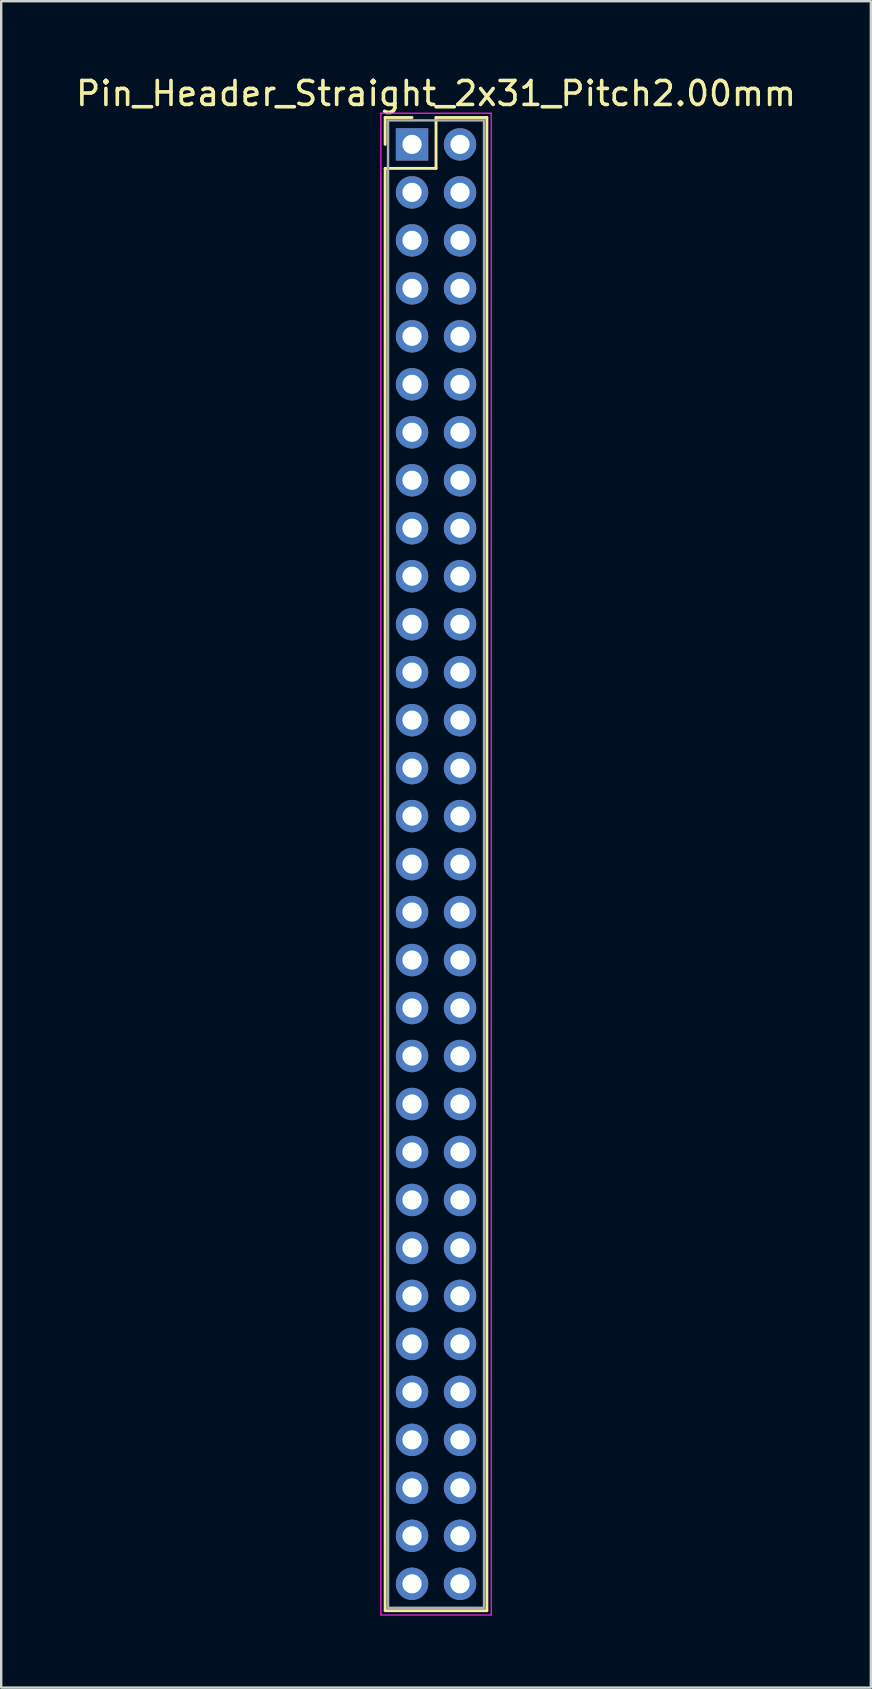
<source format=kicad_pcb>
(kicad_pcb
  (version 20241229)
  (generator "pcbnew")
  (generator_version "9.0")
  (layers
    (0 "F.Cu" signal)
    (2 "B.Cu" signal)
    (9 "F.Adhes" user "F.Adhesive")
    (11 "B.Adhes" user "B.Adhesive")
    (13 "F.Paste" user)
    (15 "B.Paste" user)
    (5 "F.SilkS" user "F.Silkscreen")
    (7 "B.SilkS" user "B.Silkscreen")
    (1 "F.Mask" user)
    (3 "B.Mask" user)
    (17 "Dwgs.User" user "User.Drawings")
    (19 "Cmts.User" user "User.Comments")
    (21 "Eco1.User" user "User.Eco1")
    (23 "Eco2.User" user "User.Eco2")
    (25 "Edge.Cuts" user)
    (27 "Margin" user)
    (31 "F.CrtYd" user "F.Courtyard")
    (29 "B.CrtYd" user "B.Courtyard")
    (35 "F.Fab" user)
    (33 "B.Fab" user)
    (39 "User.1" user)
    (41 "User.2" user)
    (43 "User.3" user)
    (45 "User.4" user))
  (footprint "Pin_Header_Straight_2x31_Pitch2.00mm"
    (layer "F.Cu")
    (at 14.125 2.968)
    (property "Reference" "Pin_Header_Straight_2x31_Pitch2.00mm" (at 1 -2.12 0) (layer "F.SilkS") (effects (font (size 1 1) (thickness 0.15))))
    (attr through_hole)
    (fp_line (start -1.12 -1.12) (end 0 -1.12) (stroke (width 0.12) (type solid)) (layer "F.SilkS"))
    (fp_line (start -1.12 0) (end -1.12 -1.12) (stroke (width 0.12) (type solid)) (layer "F.SilkS"))
    (fp_line (start -1.12 1) (end -1.12 61.12) (stroke (width 0.12) (type solid)) (layer "F.SilkS"))
    (fp_line (start -1.12 61.12) (end 3.12 61.12) (stroke (width 0.12) (type solid)) (layer "F.SilkS"))
    (fp_line (start 1 -1.12) (end 1 1) (stroke (width 0.12) (type solid)) (layer "F.SilkS"))
    (fp_line (start 1 1) (end -1.12 1) (stroke (width 0.12) (type solid)) (layer "F.SilkS"))
    (fp_line (start 3.12 -1.12) (end 1 -1.12) (stroke (width 0.12) (type solid)) (layer "F.SilkS"))
    (fp_line (start 3.12 61.12) (end 3.12 -1.12) (stroke (width 0.12) (type solid)) (layer "F.SilkS"))
    (fp_line (start -1.3 -1.3) (end -1.3 61.3) (stroke (width 0.05) (type solid)) (layer "F.CrtYd"))
    (fp_line (start -1.3 61.3) (end 3.3 61.3) (stroke (width 0.05) (type solid)) (layer "F.CrtYd"))
    (fp_line (start 3.3 -1.3) (end -1.3 -1.3) (stroke (width 0.05) (type solid)) (layer "F.CrtYd"))
    (fp_line (start 3.3 61.3) (end 3.3 -1.3) (stroke (width 0.05) (type solid)) (layer "F.CrtYd"))
    (fp_line (start -1 -1) (end -1 61) (stroke (width 0.1) (type solid)) (layer "F.Fab"))
    (fp_line (start -1 61) (end 3 61) (stroke (width 0.1) (type solid)) (layer "F.Fab"))
    (fp_line (start 3 -1) (end -1 -1) (stroke (width 0.1) (type solid)) (layer "F.Fab"))
    (fp_line (start 3 61) (end 3 -1) (stroke (width 0.1) (type solid)) (layer "F.Fab"))
    (pad "1" thru_hole rect (at 0 0) (size 1.35 1.35) (drill 0.8) (layers "*.Cu" "*.Mask"))
    (pad "2" thru_hole oval (at 2 0) (size 1.35 1.35) (drill 0.8) (layers "*.Cu" "*.Mask"))
    (pad "3" thru_hole oval (at 0 2) (size 1.35 1.35) (drill 0.8) (layers "*.Cu" "*.Mask"))
    (pad "4" thru_hole oval (at 2 2) (size 1.35 1.35) (drill 0.8) (layers "*.Cu" "*.Mask"))
    (pad "5" thru_hole oval (at 0 4) (size 1.35 1.35) (drill 0.8) (layers "*.Cu" "*.Mask"))
    (pad "6" thru_hole oval (at 2 4) (size 1.35 1.35) (drill 0.8) (layers "*.Cu" "*.Mask"))
    (pad "7" thru_hole oval (at 0 6) (size 1.35 1.35) (drill 0.8) (layers "*.Cu" "*.Mask"))
    (pad "8" thru_hole oval (at 2 6) (size 1.35 1.35) (drill 0.8) (layers "*.Cu" "*.Mask"))
    (pad "9" thru_hole oval (at 0 8) (size 1.35 1.35) (drill 0.8) (layers "*.Cu" "*.Mask"))
    (pad "10" thru_hole oval (at 2 8) (size 1.35 1.35) (drill 0.8) (layers "*.Cu" "*.Mask"))
    (pad "11" thru_hole oval (at 0 10) (size 1.35 1.35) (drill 0.8) (layers "*.Cu" "*.Mask"))
    (pad "12" thru_hole oval (at 2 10) (size 1.35 1.35) (drill 0.8) (layers "*.Cu" "*.Mask"))
    (pad "13" thru_hole oval (at 0 12) (size 1.35 1.35) (drill 0.8) (layers "*.Cu" "*.Mask"))
    (pad "14" thru_hole oval (at 2 12) (size 1.35 1.35) (drill 0.8) (layers "*.Cu" "*.Mask"))
    (pad "15" thru_hole oval (at 0 14) (size 1.35 1.35) (drill 0.8) (layers "*.Cu" "*.Mask"))
    (pad "16" thru_hole oval (at 2 14) (size 1.35 1.35) (drill 0.8) (layers "*.Cu" "*.Mask"))
    (pad "17" thru_hole oval (at 0 16) (size 1.35 1.35) (drill 0.8) (layers "*.Cu" "*.Mask"))
    (pad "18" thru_hole oval (at 2 16) (size 1.35 1.35) (drill 0.8) (layers "*.Cu" "*.Mask"))
    (pad "19" thru_hole oval (at 0 18) (size 1.35 1.35) (drill 0.8) (layers "*.Cu" "*.Mask"))
    (pad "20" thru_hole oval (at 2 18) (size 1.35 1.35) (drill 0.8) (layers "*.Cu" "*.Mask"))
    (pad "21" thru_hole oval (at 0 20) (size 1.35 1.35) (drill 0.8) (layers "*.Cu" "*.Mask"))
    (pad "22" thru_hole oval (at 2 20) (size 1.35 1.35) (drill 0.8) (layers "*.Cu" "*.Mask"))
    (pad "23" thru_hole oval (at 0 22) (size 1.35 1.35) (drill 0.8) (layers "*.Cu" "*.Mask"))
    (pad "24" thru_hole oval (at 2 22) (size 1.35 1.35) (drill 0.8) (layers "*.Cu" "*.Mask"))
    (pad "25" thru_hole oval (at 0 24) (size 1.35 1.35) (drill 0.8) (layers "*.Cu" "*.Mask"))
    (pad "26" thru_hole oval (at 2 24) (size 1.35 1.35) (drill 0.8) (layers "*.Cu" "*.Mask"))
    (pad "27" thru_hole oval (at 0 26) (size 1.35 1.35) (drill 0.8) (layers "*.Cu" "*.Mask"))
    (pad "28" thru_hole oval (at 2 26) (size 1.35 1.35) (drill 0.8) (layers "*.Cu" "*.Mask"))
    (pad "29" thru_hole oval (at 0 28) (size 1.35 1.35) (drill 0.8) (layers "*.Cu" "*.Mask"))
    (pad "30" thru_hole oval (at 2 28) (size 1.35 1.35) (drill 0.8) (layers "*.Cu" "*.Mask"))
    (pad "31" thru_hole oval (at 0 30) (size 1.35 1.35) (drill 0.8) (layers "*.Cu" "*.Mask"))
    (pad "32" thru_hole oval (at 2 30) (size 1.35 1.35) (drill 0.8) (layers "*.Cu" "*.Mask"))
    (pad "33" thru_hole oval (at 0 32) (size 1.35 1.35) (drill 0.8) (layers "*.Cu" "*.Mask"))
    (pad "34" thru_hole oval (at 2 32) (size 1.35 1.35) (drill 0.8) (layers "*.Cu" "*.Mask"))
    (pad "35" thru_hole oval (at 0 34) (size 1.35 1.35) (drill 0.8) (layers "*.Cu" "*.Mask"))
    (pad "36" thru_hole oval (at 2 34) (size 1.35 1.35) (drill 0.8) (layers "*.Cu" "*.Mask"))
    (pad "37" thru_hole oval (at 0 36) (size 1.35 1.35) (drill 0.8) (layers "*.Cu" "*.Mask"))
    (pad "38" thru_hole oval (at 2 36) (size 1.35 1.35) (drill 0.8) (layers "*.Cu" "*.Mask"))
    (pad "39" thru_hole oval (at 0 38) (size 1.35 1.35) (drill 0.8) (layers "*.Cu" "*.Mask"))
    (pad "40" thru_hole oval (at 2 38) (size 1.35 1.35) (drill 0.8) (layers "*.Cu" "*.Mask"))
    (pad "41" thru_hole oval (at 0 40) (size 1.35 1.35) (drill 0.8) (layers "*.Cu" "*.Mask"))
    (pad "42" thru_hole oval (at 2 40) (size 1.35 1.35) (drill 0.8) (layers "*.Cu" "*.Mask"))
    (pad "43" thru_hole oval (at 0 42) (size 1.35 1.35) (drill 0.8) (layers "*.Cu" "*.Mask"))
    (pad "44" thru_hole oval (at 2 42) (size 1.35 1.35) (drill 0.8) (layers "*.Cu" "*.Mask"))
    (pad "45" thru_hole oval (at 0 44) (size 1.35 1.35) (drill 0.8) (layers "*.Cu" "*.Mask"))
    (pad "46" thru_hole oval (at 2 44) (size 1.35 1.35) (drill 0.8) (layers "*.Cu" "*.Mask"))
    (pad "47" thru_hole oval (at 0 46) (size 1.35 1.35) (drill 0.8) (layers "*.Cu" "*.Mask"))
    (pad "48" thru_hole oval (at 2 46) (size 1.35 1.35) (drill 0.8) (layers "*.Cu" "*.Mask"))
    (pad "49" thru_hole oval (at 0 48) (size 1.35 1.35) (drill 0.8) (layers "*.Cu" "*.Mask"))
    (pad "50" thru_hole oval (at 2 48) (size 1.35 1.35) (drill 0.8) (layers "*.Cu" "*.Mask"))
    (pad "51" thru_hole oval (at 0 50) (size 1.35 1.35) (drill 0.8) (layers "*.Cu" "*.Mask"))
    (pad "52" thru_hole oval (at 2 50) (size 1.35 1.35) (drill 0.8) (layers "*.Cu" "*.Mask"))
    (pad "53" thru_hole oval (at 0 52) (size 1.35 1.35) (drill 0.8) (layers "*.Cu" "*.Mask"))
    (pad "54" thru_hole oval (at 2 52) (size 1.35 1.35) (drill 0.8) (layers "*.Cu" "*.Mask"))
    (pad "55" thru_hole oval (at 0 54) (size 1.35 1.35) (drill 0.8) (layers "*.Cu" "*.Mask"))
    (pad "56" thru_hole oval (at 2 54) (size 1.35 1.35) (drill 0.8) (layers "*.Cu" "*.Mask"))
    (pad "57" thru_hole oval (at 0 56) (size 1.35 1.35) (drill 0.8) (layers "*.Cu" "*.Mask"))
    (pad "58" thru_hole oval (at 2 56) (size 1.35 1.35) (drill 0.8) (layers "*.Cu" "*.Mask"))
    (pad "59" thru_hole oval (at 0 58) (size 1.35 1.35) (drill 0.8) (layers "*.Cu" "*.Mask"))
    (pad "60" thru_hole oval (at 2 58) (size 1.35 1.35) (drill 0.8) (layers "*.Cu" "*.Mask"))
    (pad "61" thru_hole oval (at 0 60) (size 1.35 1.35) (drill 0.8) (layers "*.Cu" "*.Mask"))
    (pad "62" thru_hole oval (at 2 60) (size 1.35 1.35) (drill 0.8) (layers "*.Cu" "*.Mask")))
  (gr_rect
    (start -3 -3)
    (end 33.25 67.293)
    (stroke (width 0.1) (type default))
    (fill no)
    (layer "Edge.Cuts")))
</source>
